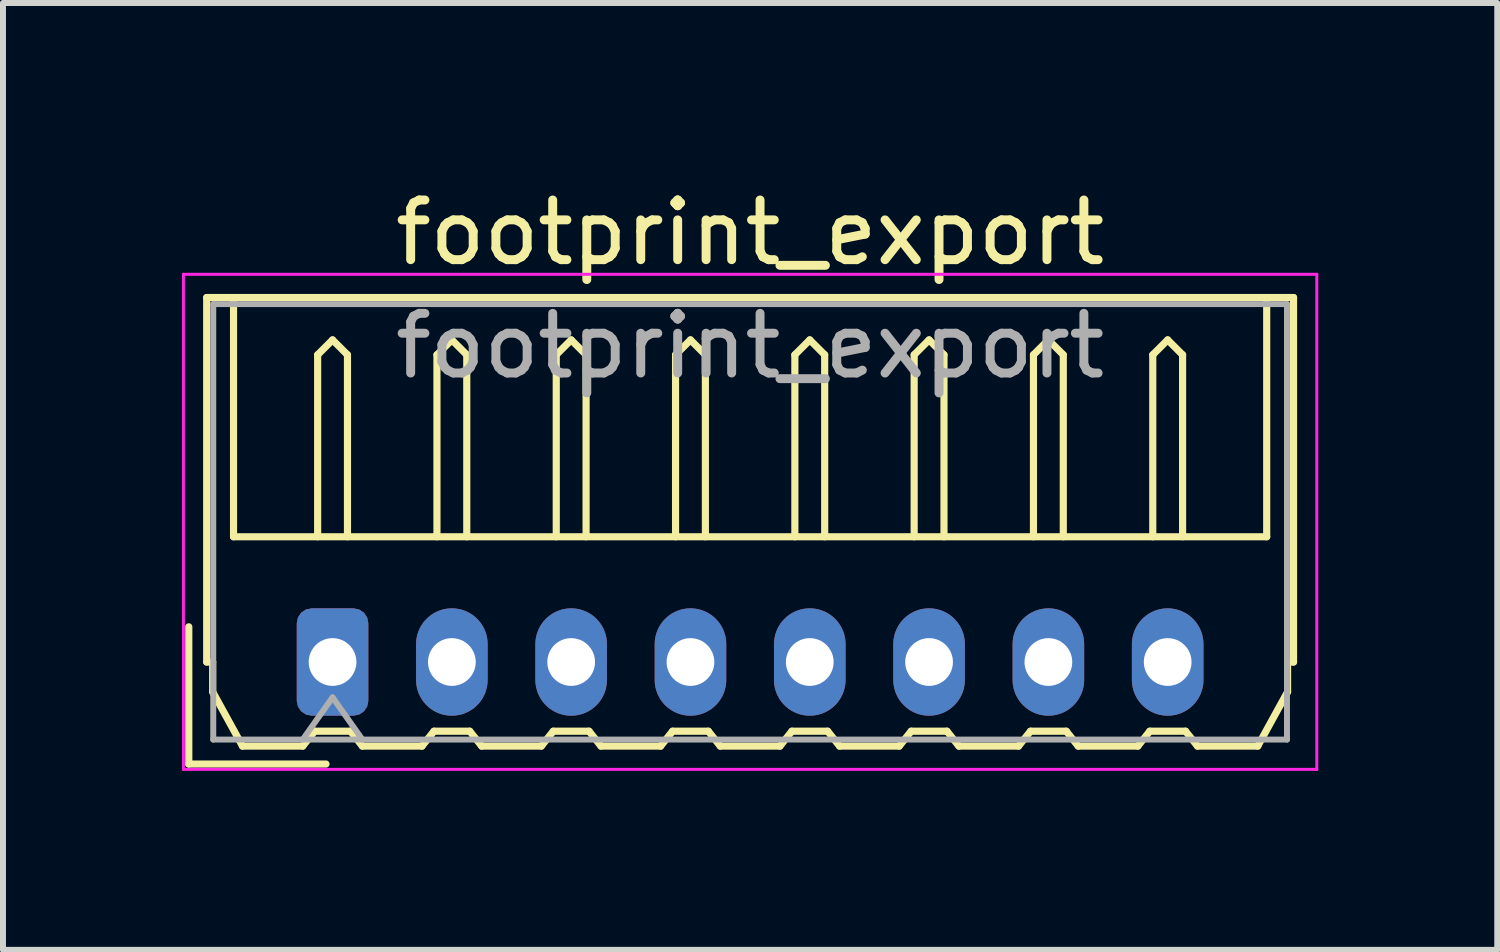
<source format=kicad_pcb>
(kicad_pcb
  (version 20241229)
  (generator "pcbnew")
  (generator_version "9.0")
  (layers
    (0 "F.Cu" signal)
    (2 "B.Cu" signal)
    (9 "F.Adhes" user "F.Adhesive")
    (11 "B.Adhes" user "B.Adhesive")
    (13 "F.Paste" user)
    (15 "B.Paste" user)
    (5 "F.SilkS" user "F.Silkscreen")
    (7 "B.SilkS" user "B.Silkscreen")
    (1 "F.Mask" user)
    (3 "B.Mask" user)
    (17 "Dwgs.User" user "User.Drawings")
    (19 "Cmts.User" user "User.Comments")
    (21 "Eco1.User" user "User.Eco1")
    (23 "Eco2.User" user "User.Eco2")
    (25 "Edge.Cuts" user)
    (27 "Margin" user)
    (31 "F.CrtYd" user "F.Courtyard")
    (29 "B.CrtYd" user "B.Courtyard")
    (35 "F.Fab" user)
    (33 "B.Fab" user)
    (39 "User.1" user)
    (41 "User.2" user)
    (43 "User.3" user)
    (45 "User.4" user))
  (footprint "footprint_export"
    (layer "F.Cu")
    (at 2.525 8.048)
    (property "Reference" "footprint_export" (at 7 -7.2 0) (layer "F.SilkS") (effects (font (size 1 1) (thickness 0.15))))
    (attr through_hole)
    (fp_line (start -2.41 1.71) (end -2.41 -0.59) (stroke (width 0.12) (type solid)) (layer "F.SilkS"))
    (fp_line (start -2.11 -6.11) (end 7 -6.11) (stroke (width 0.12) (type solid)) (layer "F.SilkS"))
    (fp_line (start -2.11 0) (end -2.11 -6.11) (stroke (width 0.12) (type solid)) (layer "F.SilkS"))
    (fp_line (start -2.01 0) (end -2.11 0) (stroke (width 0.12) (type solid)) (layer "F.SilkS"))
    (fp_line (start -2.01 0.5) (end -2.01 0) (stroke (width 0.12) (type solid)) (layer "F.SilkS"))
    (fp_line (start -1.66 -6.11) (end -1.66 -2.1) (stroke (width 0.12) (type solid)) (layer "F.SilkS"))
    (fp_line (start -1.66 -2.1) (end 15.66 -2.1) (stroke (width 0.12) (type solid)) (layer "F.SilkS"))
    (fp_line (start -1.51 1.41) (end -2.01 0.5) (stroke (width 0.12) (type solid)) (layer "F.SilkS"))
    (fp_line (start -0.5 1.41) (end -1.51 1.41) (stroke (width 0.12) (type solid)) (layer "F.SilkS"))
    (fp_line (start -0.3 1.16) (end -0.5 1.41) (stroke (width 0.12) (type solid)) (layer "F.SilkS"))
    (fp_line (start -0.3 1.16) (end 0.3 1.16) (stroke (width 0.12) (type solid)) (layer "F.SilkS"))
    (fp_line (start -0.25 -5.15) (end 0 -5.4) (stroke (width 0.12) (type solid)) (layer "F.SilkS"))
    (fp_line (start -0.25 -2.1) (end -0.25 -5.15) (stroke (width 0.12) (type solid)) (layer "F.SilkS"))
    (fp_line (start -0.11 1.71) (end -2.41 1.71) (stroke (width 0.12) (type solid)) (layer "F.SilkS"))
    (fp_line (start 0 -5.4) (end 0.25 -5.15) (stroke (width 0.12) (type solid)) (layer "F.SilkS"))
    (fp_line (start 0.25 -5.15) (end 0.25 -2.1) (stroke (width 0.12) (type solid)) (layer "F.SilkS"))
    (fp_line (start 0.3 1.16) (end 0.5 1.41) (stroke (width 0.12) (type solid)) (layer "F.SilkS"))
    (fp_line (start 0.5 1.41) (end 1.5 1.41) (stroke (width 0.12) (type solid)) (layer "F.SilkS"))
    (fp_line (start 1.5 1.41) (end 1.7 1.16) (stroke (width 0.12) (type solid)) (layer "F.SilkS"))
    (fp_line (start 1.7 1.16) (end 2.3 1.16) (stroke (width 0.12) (type solid)) (layer "F.SilkS"))
    (fp_line (start 1.75 -5.15) (end 2 -5.4) (stroke (width 0.12) (type solid)) (layer "F.SilkS"))
    (fp_line (start 1.75 -2.1) (end 1.75 -5.15) (stroke (width 0.12) (type solid)) (layer "F.SilkS"))
    (fp_line (start 2 -5.4) (end 2.25 -5.15) (stroke (width 0.12) (type solid)) (layer "F.SilkS"))
    (fp_line (start 2.25 -5.15) (end 2.25 -2.1) (stroke (width 0.12) (type solid)) (layer "F.SilkS"))
    (fp_line (start 2.3 1.16) (end 2.5 1.41) (stroke (width 0.12) (type solid)) (layer "F.SilkS"))
    (fp_line (start 2.5 1.41) (end 3.5 1.41) (stroke (width 0.12) (type solid)) (layer "F.SilkS"))
    (fp_line (start 3.5 1.41) (end 3.7 1.16) (stroke (width 0.12) (type solid)) (layer "F.SilkS"))
    (fp_line (start 3.7 1.16) (end 4.3 1.16) (stroke (width 0.12) (type solid)) (layer "F.SilkS"))
    (fp_line (start 3.75 -5.15) (end 4 -5.4) (stroke (width 0.12) (type solid)) (layer "F.SilkS"))
    (fp_line (start 3.75 -2.1) (end 3.75 -5.15) (stroke (width 0.12) (type solid)) (layer "F.SilkS"))
    (fp_line (start 4 -5.4) (end 4.25 -5.15) (stroke (width 0.12) (type solid)) (layer "F.SilkS"))
    (fp_line (start 4.25 -5.15) (end 4.25 -2.1) (stroke (width 0.12) (type solid)) (layer "F.SilkS"))
    (fp_line (start 4.3 1.16) (end 4.5 1.41) (stroke (width 0.12) (type solid)) (layer "F.SilkS"))
    (fp_line (start 4.5 1.41) (end 5.5 1.41) (stroke (width 0.12) (type solid)) (layer "F.SilkS"))
    (fp_line (start 5.5 1.41) (end 5.7 1.16) (stroke (width 0.12) (type solid)) (layer "F.SilkS"))
    (fp_line (start 5.7 1.16) (end 6.3 1.16) (stroke (width 0.12) (type solid)) (layer "F.SilkS"))
    (fp_line (start 5.75 -5.15) (end 6 -5.4) (stroke (width 0.12) (type solid)) (layer "F.SilkS"))
    (fp_line (start 5.75 -2.1) (end 5.75 -5.15) (stroke (width 0.12) (type solid)) (layer "F.SilkS"))
    (fp_line (start 6 -5.4) (end 6.25 -5.15) (stroke (width 0.12) (type solid)) (layer "F.SilkS"))
    (fp_line (start 6.25 -5.15) (end 6.25 -2.1) (stroke (width 0.12) (type solid)) (layer "F.SilkS"))
    (fp_line (start 6.3 1.16) (end 6.5 1.41) (stroke (width 0.12) (type solid)) (layer "F.SilkS"))
    (fp_line (start 6.5 1.41) (end 7.5 1.41) (stroke (width 0.12) (type solid)) (layer "F.SilkS"))
    (fp_line (start 7.5 1.41) (end 7.7 1.16) (stroke (width 0.12) (type solid)) (layer "F.SilkS"))
    (fp_line (start 7.7 1.16) (end 8.3 1.16) (stroke (width 0.12) (type solid)) (layer "F.SilkS"))
    (fp_line (start 7.75 -5.15) (end 8 -5.4) (stroke (width 0.12) (type solid)) (layer "F.SilkS"))
    (fp_line (start 7.75 -2.1) (end 7.75 -5.15) (stroke (width 0.12) (type solid)) (layer "F.SilkS"))
    (fp_line (start 8 -5.4) (end 8.25 -5.15) (stroke (width 0.12) (type solid)) (layer "F.SilkS"))
    (fp_line (start 8.25 -5.15) (end 8.25 -2.1) (stroke (width 0.12) (type solid)) (layer "F.SilkS"))
    (fp_line (start 8.3 1.16) (end 8.5 1.41) (stroke (width 0.12) (type solid)) (layer "F.SilkS"))
    (fp_line (start 8.5 1.41) (end 9.5 1.41) (stroke (width 0.12) (type solid)) (layer "F.SilkS"))
    (fp_line (start 9.5 1.41) (end 9.7 1.16) (stroke (width 0.12) (type solid)) (layer "F.SilkS"))
    (fp_line (start 9.7 1.16) (end 10.3 1.16) (stroke (width 0.12) (type solid)) (layer "F.SilkS"))
    (fp_line (start 9.75 -5.15) (end 10 -5.4) (stroke (width 0.12) (type solid)) (layer "F.SilkS"))
    (fp_line (start 9.75 -2.1) (end 9.75 -5.15) (stroke (width 0.12) (type solid)) (layer "F.SilkS"))
    (fp_line (start 10 -5.4) (end 10.25 -5.15) (stroke (width 0.12) (type solid)) (layer "F.SilkS"))
    (fp_line (start 10.25 -5.15) (end 10.25 -2.1) (stroke (width 0.12) (type solid)) (layer "F.SilkS"))
    (fp_line (start 10.3 1.16) (end 10.5 1.41) (stroke (width 0.12) (type solid)) (layer "F.SilkS"))
    (fp_line (start 10.5 1.41) (end 11.5 1.41) (stroke (width 0.12) (type solid)) (layer "F.SilkS"))
    (fp_line (start 11.5 1.41) (end 11.7 1.16) (stroke (width 0.12) (type solid)) (layer "F.SilkS"))
    (fp_line (start 11.7 1.16) (end 12.3 1.16) (stroke (width 0.12) (type solid)) (layer "F.SilkS"))
    (fp_line (start 11.75 -5.15) (end 12 -5.4) (stroke (width 0.12) (type solid)) (layer "F.SilkS"))
    (fp_line (start 11.75 -2.1) (end 11.75 -5.15) (stroke (width 0.12) (type solid)) (layer "F.SilkS"))
    (fp_line (start 12 -5.4) (end 12.25 -5.15) (stroke (width 0.12) (type solid)) (layer "F.SilkS"))
    (fp_line (start 12.25 -5.15) (end 12.25 -2.1) (stroke (width 0.12) (type solid)) (layer "F.SilkS"))
    (fp_line (start 12.3 1.16) (end 12.5 1.41) (stroke (width 0.12) (type solid)) (layer "F.SilkS"))
    (fp_line (start 12.5 1.41) (end 13.5 1.41) (stroke (width 0.12) (type solid)) (layer "F.SilkS"))
    (fp_line (start 13.5 1.41) (end 13.7 1.16) (stroke (width 0.12) (type solid)) (layer "F.SilkS"))
    (fp_line (start 13.7 1.16) (end 14.3 1.16) (stroke (width 0.12) (type solid)) (layer "F.SilkS"))
    (fp_line (start 13.75 -5.15) (end 14 -5.4) (stroke (width 0.12) (type solid)) (layer "F.SilkS"))
    (fp_line (start 13.75 -2.1) (end 13.75 -5.15) (stroke (width 0.12) (type solid)) (layer "F.SilkS"))
    (fp_line (start 14 -5.4) (end 14.25 -5.15) (stroke (width 0.12) (type solid)) (layer "F.SilkS"))
    (fp_line (start 14.25 -5.15) (end 14.25 -2.1) (stroke (width 0.12) (type solid)) (layer "F.SilkS"))
    (fp_line (start 14.3 1.16) (end 14.5 1.41) (stroke (width 0.12) (type solid)) (layer "F.SilkS"))
    (fp_line (start 14.5 1.41) (end 15.51 1.41) (stroke (width 0.12) (type solid)) (layer "F.SilkS"))
    (fp_line (start 15.51 1.41) (end 16.01 0.5) (stroke (width 0.12) (type solid)) (layer "F.SilkS"))
    (fp_line (start 15.66 -2.1) (end 15.66 -6.11) (stroke (width 0.12) (type solid)) (layer "F.SilkS"))
    (fp_line (start 16.01 0) (end 16.11 0) (stroke (width 0.12) (type solid)) (layer "F.SilkS"))
    (fp_line (start 16.01 0.5) (end 16.01 0) (stroke (width 0.12) (type solid)) (layer "F.SilkS"))
    (fp_line (start 16.11 -6.11) (end 7 -6.11) (stroke (width 0.12) (type solid)) (layer "F.SilkS"))
    (fp_line (start 16.11 0) (end 16.11 -6.11) (stroke (width 0.12) (type solid)) (layer "F.SilkS"))
    (fp_line (start -2.5 -6.5) (end -2.5 1.8) (stroke (width 0.05) (type solid)) (layer "F.CrtYd"))
    (fp_line (start -2.5 1.8) (end 16.5 1.8) (stroke (width 0.05) (type solid)) (layer "F.CrtYd"))
    (fp_line (start 16.5 -6.5) (end -2.5 -6.5) (stroke (width 0.05) (type solid)) (layer "F.CrtYd"))
    (fp_line (start 16.5 1.8) (end 16.5 -6.5) (stroke (width 0.05) (type solid)) (layer "F.CrtYd"))
    (fp_line (start -2 -6) (end -2 1.3) (stroke (width 0.1) (type solid)) (layer "F.Fab"))
    (fp_line (start -2 1.3) (end 16 1.3) (stroke (width 0.1) (type solid)) (layer "F.Fab"))
    (fp_line (start -0.5 1.3) (end 0 0.593) (stroke (width 0.1) (type solid)) (layer "F.Fab"))
    (fp_line (start 0 0.593) (end 0.5 1.3) (stroke (width 0.1) (type solid)) (layer "F.Fab"))
    (fp_line (start 16 -6) (end -2 -6) (stroke (width 0.1) (type solid)) (layer "F.Fab"))
    (fp_line (start 16 1.3) (end 16 -6) (stroke (width 0.1) (type solid)) (layer "F.Fab"))
    (fp_text user "${REFERENCE}" (at 7 -5.3 0) (layer "F.Fab") (effects (font (size 1 1) (thickness 0.15))))
    (pad "1" thru_hole roundrect (at 0 0) (size 1.2 1.8) (drill 0.8) (layers "*.Cu" "*.Mask") (roundrect_rratio 0.208))
    (pad "2" thru_hole oval (at 2 0) (size 1.2 1.8) (drill 0.8) (layers "*.Cu" "*.Mask"))
    (pad "3" thru_hole oval (at 4 0) (size 1.2 1.8) (drill 0.8) (layers "*.Cu" "*.Mask"))
    (pad "4" thru_hole oval (at 6 0) (size 1.2 1.8) (drill 0.8) (layers "*.Cu" "*.Mask"))
    (pad "5" thru_hole oval (at 8 0) (size 1.2 1.8) (drill 0.8) (layers "*.Cu" "*.Mask"))
    (pad "6" thru_hole oval (at 10 0) (size 1.2 1.8) (drill 0.8) (layers "*.Cu" "*.Mask"))
    (pad "7" thru_hole oval (at 12 0) (size 1.2 1.8) (drill 0.8) (layers "*.Cu" "*.Mask"))
    (pad "8" thru_hole oval (at 14 0) (size 1.2 1.8) (drill 0.8) (layers "*.Cu" "*.Mask")))
  (gr_rect
    (start -3 -3)
    (end 22.05 12.873)
    (stroke (width 0.1) (type default))
    (fill no)
    (layer "Edge.Cuts")))
</source>
